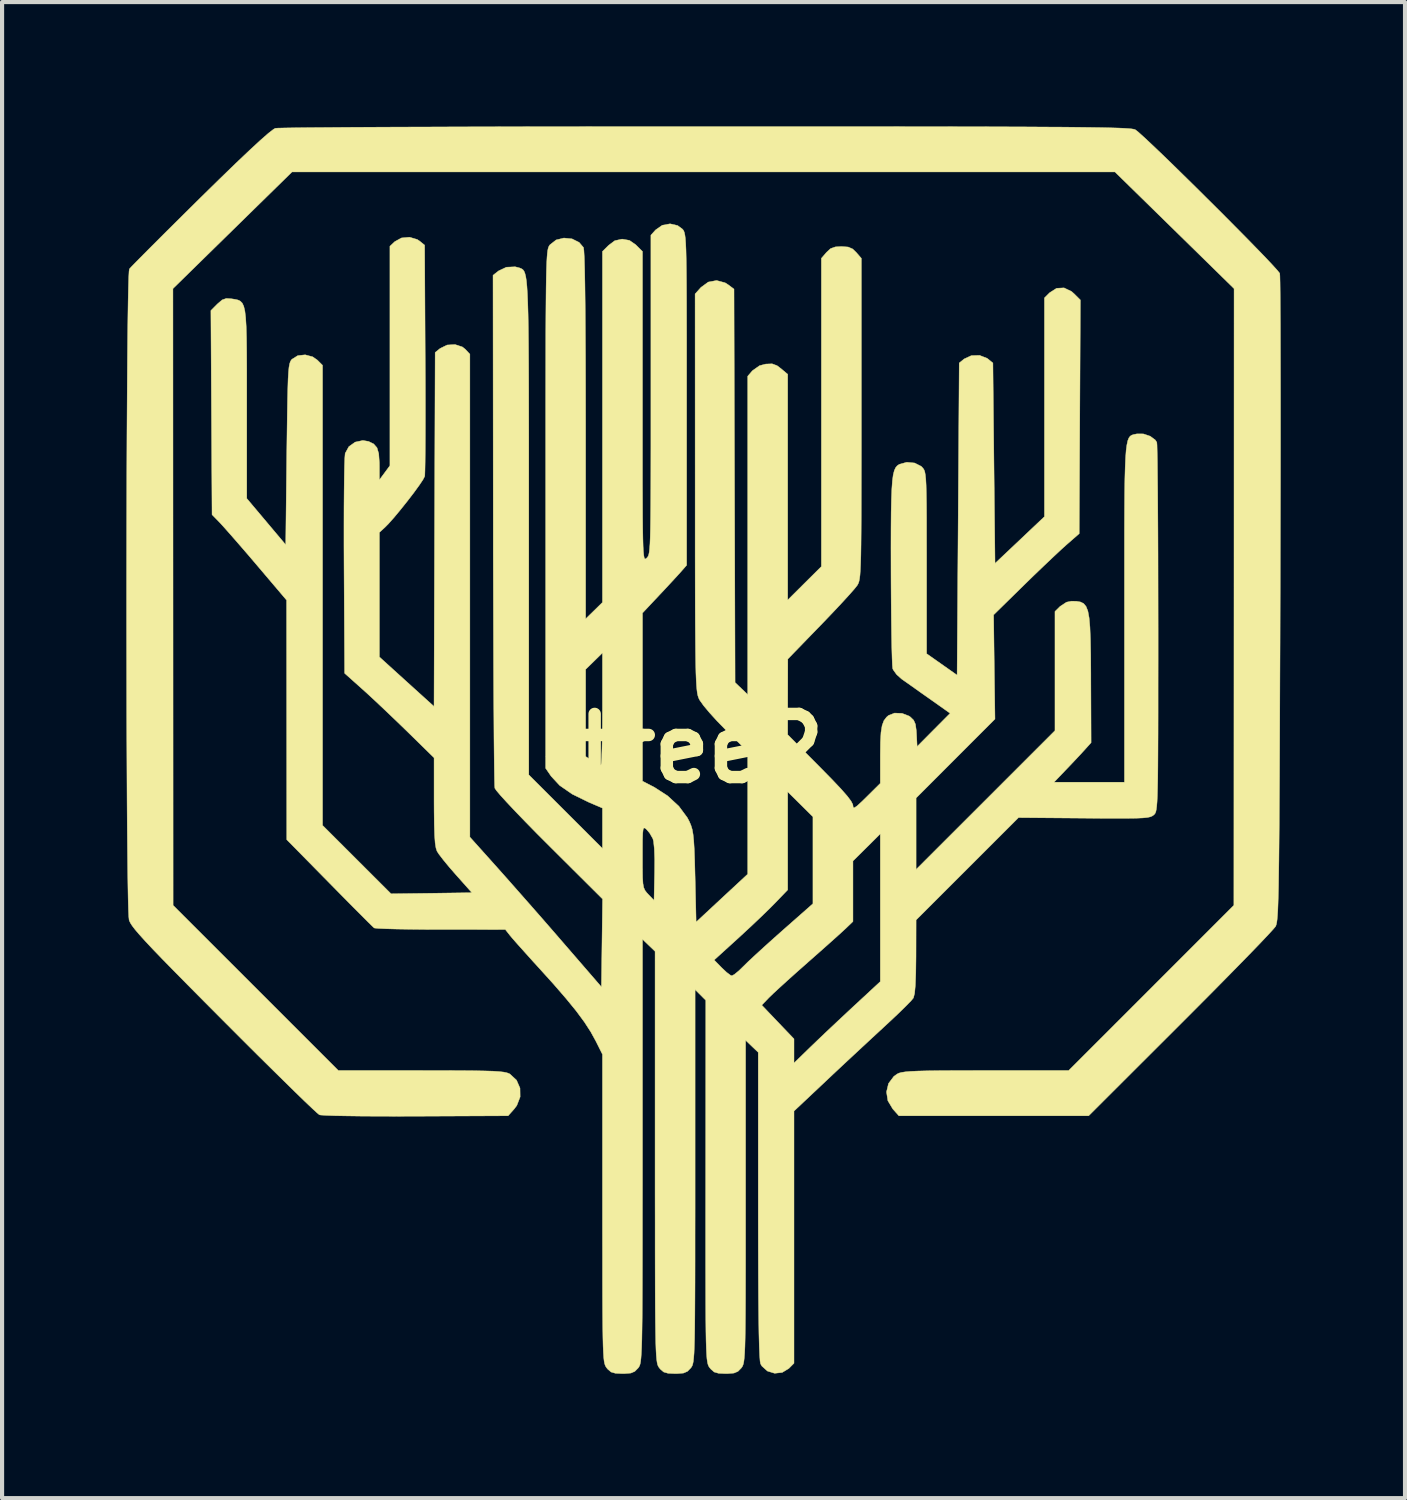
<source format=kicad_pcb>
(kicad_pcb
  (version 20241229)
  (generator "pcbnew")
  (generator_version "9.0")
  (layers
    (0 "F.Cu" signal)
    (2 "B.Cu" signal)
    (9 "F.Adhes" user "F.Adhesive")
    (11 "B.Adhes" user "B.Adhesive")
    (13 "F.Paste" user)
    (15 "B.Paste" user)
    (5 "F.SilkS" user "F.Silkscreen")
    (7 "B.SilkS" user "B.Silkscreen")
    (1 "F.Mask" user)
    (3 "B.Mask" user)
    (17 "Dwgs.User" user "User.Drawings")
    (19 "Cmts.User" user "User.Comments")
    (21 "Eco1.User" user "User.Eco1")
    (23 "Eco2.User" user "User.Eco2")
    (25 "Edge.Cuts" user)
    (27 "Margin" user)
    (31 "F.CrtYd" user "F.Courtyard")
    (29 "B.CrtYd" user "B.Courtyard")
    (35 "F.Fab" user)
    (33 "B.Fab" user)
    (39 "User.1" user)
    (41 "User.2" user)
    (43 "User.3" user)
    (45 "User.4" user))
  (footprint "tree2"
    (layer "F.Cu")
    (at 13.879 15.016)
    (property "Reference" "tree2" (at 0 0 0) (layer "F.SilkS") (effects (font (size 1.524 1.524) (thickness 0.3))))
    (attr through_hole)
    (fp_poly (pts (xy 1.314 -15.011) (xy 2.428 -15.011) (xy 3.449 -15.011) (xy 4.381 -15.01) (xy 5.227 -15.009) (xy 5.992 -15.008) (xy 6.679 -15.007) (xy 7.294 -15.005) (xy 7.839 -15.003) (xy 8.319 -15) (xy 8.738 -14.998) (xy 9.1 -14.994) (xy 9.41 -14.99) (xy 9.67 -14.986) (xy 9.886 -14.981) (xy 10.06 -14.976) (xy 10.198 -14.97) (xy 10.304 -14.963) (xy 10.381 -14.956) (xy 10.433 -14.948) (xy 10.465 -14.939) (xy 10.473 -14.935) (xy 10.544 -14.88) (xy 10.675 -14.762) (xy 10.858 -14.591) (xy 11.084 -14.376) (xy 11.345 -14.124) (xy 11.63 -13.845) (xy 11.933 -13.547) (xy 12.243 -13.239) (xy 12.553 -12.931) (xy 12.852 -12.63) (xy 13.134 -12.345) (xy 13.388 -12.085) (xy 13.606 -11.86) (xy 13.779 -11.676) (xy 13.899 -11.544) (xy 13.956 -11.473) (xy 13.959 -11.466) (xy 13.963 -11.403) (xy 13.967 -11.244) (xy 13.97 -10.995) (xy 13.972 -10.661) (xy 13.975 -10.248) (xy 13.976 -9.762) (xy 13.977 -9.207) (xy 13.978 -8.59) (xy 13.978 -7.917) (xy 13.978 -7.193) (xy 13.977 -6.423) (xy 13.975 -5.613) (xy 13.973 -4.769) (xy 13.971 -3.896) (xy 13.97 -3.607) (xy 13.967 -2.565) (xy 13.963 -1.621) (xy 13.96 -0.768) (xy 13.957 -0.002) (xy 13.954 0.681) (xy 13.95 1.286) (xy 13.947 1.819) (xy 13.943 2.283) (xy 13.939 2.685) (xy 13.934 3.028) (xy 13.93 3.317) (xy 13.924 3.558) (xy 13.918 3.754) (xy 13.912 3.912) (xy 13.904 4.034) (xy 13.896 4.128) (xy 13.887 4.196) (xy 13.877 4.244) (xy 13.866 4.277) (xy 13.859 4.293) (xy 13.808 4.355) (xy 13.692 4.482) (xy 13.517 4.668) (xy 13.289 4.905) (xy 13.014 5.187) (xy 12.7 5.507) (xy 12.353 5.859) (xy 11.979 6.235) (xy 11.585 6.63) (xy 11.56 6.655) (xy 9.347 8.865) (xy 4.767 8.865) (xy 4.619 8.699) (xy 4.501 8.502) (xy 4.468 8.289) (xy 4.517 8.085) (xy 4.644 7.915) (xy 4.724 7.857) (xy 4.769 7.835) (xy 4.832 7.818) (xy 4.923 7.804) (xy 5.05 7.793) (xy 5.225 7.785) (xy 5.456 7.779) (xy 5.755 7.775) (xy 6.13 7.773) (xy 6.592 7.772) (xy 6.866 7.772) (xy 8.865 7.772) (xy 12.852 3.784) (xy 12.855 -3.658) (xy 12.857 -11.1) (xy 11.42 -12.508) (xy 9.982 -13.916) (xy -9.881 -13.916) (xy -12.755 -11.1) (xy -12.751 3.785) (xy -8.763 7.772) (xy -6.764 7.772) (xy -6.254 7.773) (xy -5.835 7.774) (xy -5.499 7.777) (xy -5.234 7.782) (xy -5.032 7.788) (xy -4.881 7.798) (xy -4.773 7.81) (xy -4.697 7.826) (xy -4.644 7.845) (xy -4.622 7.857) (xy -4.462 8.005) (xy -4.378 8.197) (xy -4.375 8.409) (xy -4.455 8.616) (xy -4.517 8.699) (xy -4.665 8.865) (xy -6.892 8.875) (xy -7.361 8.876) (xy -7.801 8.875) (xy -8.201 8.873) (xy -8.551 8.868) (xy -8.838 8.863) (xy -9.053 8.855) (xy -9.185 8.847) (xy -9.22 8.841) (xy -9.273 8.798) (xy -9.391 8.689) (xy -9.568 8.521) (xy -9.797 8.299) (xy -10.071 8.03) (xy -10.385 7.721) (xy -10.732 7.378) (xy -11.105 7.006) (xy -11.497 6.613) (xy -11.54 6.57) (xy -12.004 6.104) (xy -12.401 5.703) (xy -12.736 5.363) (xy -13.015 5.078) (xy -13.242 4.842) (xy -13.422 4.65) (xy -13.561 4.496) (xy -13.664 4.376) (xy -13.736 4.282) (xy -13.782 4.211) (xy -13.808 4.155) (xy -13.813 4.14) (xy -13.821 4.059) (xy -13.829 3.885) (xy -13.836 3.623) (xy -13.842 3.282) (xy -13.848 2.867) (xy -13.853 2.386) (xy -13.858 1.846) (xy -13.862 1.252) (xy -13.865 0.611) (xy -13.868 -0.068) (xy -13.871 -0.781) (xy -13.872 -1.519) (xy -13.873 -2.277) (xy -13.874 -3.047) (xy -13.874 -3.824) (xy -13.873 -4.599) (xy -13.872 -5.366) (xy -13.87 -6.119) (xy -13.868 -6.851) (xy -13.865 -7.555) (xy -13.861 -8.225) (xy -13.857 -8.852) (xy -13.853 -9.432) (xy -13.848 -9.957) (xy -13.842 -10.42) (xy -13.836 -10.815) (xy -13.829 -11.134) (xy -13.822 -11.372) (xy -13.814 -11.521) (xy -13.806 -11.574) (xy -13.758 -11.627) (xy -13.644 -11.744) (xy -13.473 -11.917) (xy -13.253 -12.138) (xy -12.99 -12.401) (xy -12.692 -12.697) (xy -12.368 -13.018) (xy -12.087 -13.296) (xy -11.627 -13.747) (xy -11.233 -14.129) (xy -10.905 -14.44) (xy -10.644 -14.681) (xy -10.451 -14.85) (xy -10.327 -14.946) (xy -10.284 -14.97) (xy -10.219 -14.974) (xy -10.057 -14.978) (xy -9.804 -14.982) (xy -9.463 -14.986) (xy -9.041 -14.989) (xy -8.541 -14.993) (xy -7.969 -14.996) (xy -7.33 -14.999) (xy -6.628 -15.001) (xy -5.868 -15.004) (xy -5.056 -15.006) (xy -4.196 -15.008) (xy -3.293 -15.009) (xy -2.352 -15.01) (xy -1.377 -15.011) (xy -0.374 -15.011) (xy 0.102 -15.011) (xy 1.314 -15.011)) (stroke (width 0.01) (type solid)) (fill yes) (layer "F.SilkS"))
    (fp_poly (pts (xy -0.573 -12.622) (xy -0.459 -12.538) (xy -0.44 -12.516) (xy -0.424 -12.489) (xy -0.41 -12.45) (xy -0.398 -12.392) (xy -0.387 -12.309) (xy -0.379 -12.193) (xy -0.372 -12.038) (xy -0.367 -11.838) (xy -0.363 -11.584) (xy -0.36 -11.272) (xy -0.358 -10.893) (xy -0.357 -10.44) (xy -0.356 -9.908) (xy -0.356 -9.29) (xy -0.356 -8.577) (xy -0.356 -8.425) (xy -0.356 -4.424) (xy -0.495 -4.265) (xy -0.588 -4.162) (xy -0.73 -4.008) (xy -0.898 -3.827) (xy -1.029 -3.688) (xy -1.422 -3.27) (xy -1.422 -1.241) (xy -1.422 0.787) (xy -1.13 0.939) (xy -0.816 1.142) (xy -0.544 1.393) (xy -0.34 1.669) (xy -0.288 1.768) (xy -0.251 1.857) (xy -0.222 1.952) (xy -0.201 2.069) (xy -0.185 2.223) (xy -0.172 2.431) (xy -0.162 2.707) (xy -0.153 3.069) (xy -0.152 3.098) (xy -0.127 4.189) (xy 0.495 3.61) (xy 1.118 3.032) (xy 1.118 0.074) (xy 0.579 -0.458) (xy 0.379 -0.663) (xy 0.198 -0.862) (xy 0.054 -1.034) (xy -0.038 -1.163) (xy -0.055 -1.194) (xy -0.071 -1.232) (xy -0.085 -1.276) (xy -0.098 -1.335) (xy -0.108 -1.413) (xy -0.117 -1.516) (xy -0.125 -1.652) (xy -0.132 -1.827) (xy -0.137 -2.047) (xy -0.141 -2.317) (xy -0.144 -2.645) (xy -0.147 -3.037) (xy -0.149 -3.499) (xy -0.15 -4.037) (xy -0.151 -4.658) (xy -0.151 -5.368) (xy -0.151 -6.173) (xy -0.151 -6.184) (xy -0.152 -10.971) (xy -0.011 -11.129) (xy 0.165 -11.258) (xy 0.367 -11.296) (xy 0.572 -11.241) (xy 0.648 -11.193) (xy 0.787 -11.089) (xy 0.8 -6.341) (xy 0.813 -1.593) (xy 0.965 -1.448) (xy 1.118 -1.302) (xy 1.118 -8.986) (xy 1.232 -9.119) (xy 1.403 -9.24) (xy 1.552 -9.279) (xy 1.707 -9.285) (xy 1.826 -9.241) (xy 1.92 -9.17) (xy 2.083 -9.033) (xy 2.083 -6.309) (xy 2.083 -3.584) (xy 2.489 -3.988) (xy 2.896 -4.392) (xy 2.896 -11.831) (xy 3.018 -11.973) (xy 3.118 -12.066) (xy 3.233 -12.107) (xy 3.378 -12.116) (xy 3.543 -12.104) (xy 3.653 -12.056) (xy 3.738 -11.973) (xy 3.861 -11.831) (xy 3.861 -7.96) (xy 3.861 -7.241) (xy 3.86 -6.616) (xy 3.859 -6.079) (xy 3.858 -5.623) (xy 3.856 -5.24) (xy 3.853 -4.924) (xy 3.849 -4.668) (xy 3.843 -4.464) (xy 3.836 -4.306) (xy 3.828 -4.187) (xy 3.817 -4.099) (xy 3.805 -4.036) (xy 3.79 -3.991) (xy 3.773 -3.957) (xy 3.761 -3.937) (xy 3.697 -3.856) (xy 3.574 -3.716) (xy 3.403 -3.529) (xy 3.197 -3.309) (xy 2.967 -3.068) (xy 2.874 -2.972) (xy 2.086 -2.159) (xy 2.084 -1.247) (xy 2.083 -0.334) (xy 2.87 0.459) (xy 3.153 0.747) (xy 3.367 0.973) (xy 3.518 1.145) (xy 3.611 1.268) (xy 3.654 1.35) (xy 3.658 1.374) (xy 3.665 1.424) (xy 3.696 1.429) (xy 3.763 1.382) (xy 3.88 1.274) (xy 3.988 1.168) (xy 4.318 0.841) (xy 4.318 0.163) (xy 4.322 -0.155) (xy 4.335 -0.388) (xy 4.362 -0.555) (xy 4.405 -0.672) (xy 4.469 -0.757) (xy 4.517 -0.798) (xy 4.663 -0.855) (xy 4.844 -0.848) (xy 5.013 -0.783) (xy 5.045 -0.76) (xy 5.123 -0.684) (xy 5.166 -0.586) (xy 5.187 -0.434) (xy 5.192 -0.352) (xy 5.207 -0.048) (xy 5.605 -0.449) (xy 6.004 -0.85) (xy 5.509 -1.2) (xy 5.294 -1.351) (xy 5.092 -1.495) (xy 4.926 -1.612) (xy 4.833 -1.677) (xy 4.711 -1.787) (xy 4.629 -1.902) (xy 4.617 -1.931) (xy 4.61 -2.008) (xy 4.603 -2.174) (xy 4.596 -2.421) (xy 4.59 -2.735) (xy 4.585 -3.107) (xy 4.581 -3.524) (xy 4.578 -3.977) (xy 4.577 -4.272) (xy 4.576 -4.841) (xy 4.577 -5.316) (xy 4.58 -5.708) (xy 4.587 -6.024) (xy 4.597 -6.273) (xy 4.611 -6.464) (xy 4.63 -6.606) (xy 4.656 -6.708) (xy 4.687 -6.777) (xy 4.726 -6.824) (xy 4.772 -6.856) (xy 4.777 -6.859) (xy 4.957 -6.909) (xy 5.147 -6.891) (xy 5.305 -6.811) (xy 5.325 -6.791) (xy 5.352 -6.761) (xy 5.374 -6.727) (xy 5.392 -6.678) (xy 5.405 -6.606) (xy 5.416 -6.502) (xy 5.424 -6.355) (xy 5.429 -6.157) (xy 5.433 -5.898) (xy 5.435 -5.568) (xy 5.435 -5.159) (xy 5.436 -4.66) (xy 5.436 -4.481) (xy 5.436 -2.289) (xy 5.804 -2.03) (xy 6.172 -1.771) (xy 6.198 -5.538) (xy 6.223 -9.305) (xy 6.343 -9.403) (xy 6.516 -9.483) (xy 6.714 -9.489) (xy 6.894 -9.419) (xy 6.916 -9.403) (xy 7.036 -9.305) (xy 7.061 -6.887) (xy 7.087 -4.468) (xy 7.684 -5.032) (xy 8.28 -5.596) (xy 8.28 -10.876) (xy 8.405 -11.001) (xy 8.573 -11.108) (xy 8.753 -11.118) (xy 8.934 -11.031) (xy 8.997 -10.975) (xy 9.147 -10.826) (xy 9.119 -5.186) (xy 8.814 -4.92) (xy 8.68 -4.799) (xy 8.491 -4.622) (xy 8.265 -4.408) (xy 8.02 -4.173) (xy 7.781 -3.94) (xy 7.053 -3.226) (xy 7.069 -1.969) (xy 7.086 -0.711) (xy 6.134 0.242) (xy 5.182 1.195) (xy 5.182 2.92) (xy 6.858 1.245) (xy 8.534 -0.431) (xy 8.534 -3.307) (xy 8.659 -3.431) (xy 8.813 -3.532) (xy 8.934 -3.556) (xy 9.053 -3.553) (xy 9.149 -3.537) (xy 9.226 -3.499) (xy 9.284 -3.429) (xy 9.328 -3.318) (xy 9.358 -3.155) (xy 9.378 -2.932) (xy 9.39 -2.638) (xy 9.397 -2.264) (xy 9.4 -1.8) (xy 9.4 -1.677) (xy 9.406 -0.141) (xy 9.263 0.018) (xy 9.16 0.131) (xy 9.013 0.288) (xy 8.852 0.458) (xy 8.816 0.495) (xy 8.512 0.813) (xy 10.211 0.813) (xy 10.211 -3.265) (xy 10.211 -4.022) (xy 10.211 -4.684) (xy 10.211 -5.257) (xy 10.213 -5.748) (xy 10.216 -6.163) (xy 10.221 -6.509) (xy 10.229 -6.792) (xy 10.239 -7.019) (xy 10.252 -7.197) (xy 10.27 -7.33) (xy 10.291 -7.428) (xy 10.317 -7.494) (xy 10.348 -7.537) (xy 10.385 -7.562) (xy 10.428 -7.577) (xy 10.477 -7.587) (xy 10.512 -7.594) (xy 10.67 -7.593) (xy 10.832 -7.538) (xy 10.955 -7.447) (xy 10.992 -7.389) (xy 10.997 -7.327) (xy 11.001 -7.171) (xy 11.006 -6.928) (xy 11.009 -6.606) (xy 11.013 -6.212) (xy 11.016 -5.754) (xy 11.019 -5.24) (xy 11.021 -4.676) (xy 11.022 -4.071) (xy 11.023 -3.431) (xy 11.024 -2.899) (xy 11.024 -2.129) (xy 11.023 -1.455) (xy 11.023 -0.868) (xy 11.022 -0.365) (xy 11.02 0.063) (xy 11.018 0.422) (xy 11.015 0.717) (xy 11.01 0.956) (xy 11.005 1.145) (xy 10.998 1.29) (xy 10.989 1.398) (xy 10.979 1.474) (xy 10.968 1.527) (xy 10.954 1.561) (xy 10.938 1.584) (xy 10.921 1.601) (xy 10.886 1.627) (xy 10.839 1.648) (xy 10.767 1.664) (xy 10.661 1.675) (xy 10.508 1.682) (xy 10.298 1.685) (xy 10.02 1.686) (xy 9.662 1.685) (xy 9.236 1.681) (xy 7.654 1.668) (xy 6.418 2.904) (xy 5.182 4.139) (xy 5.18 5.029) (xy 5.175 5.42) (xy 5.164 5.713) (xy 5.146 5.91) (xy 5.119 6.016) (xy 5.116 6.022) (xy 5.06 6.09) (xy 4.941 6.212) (xy 4.775 6.375) (xy 4.573 6.566) (xy 4.394 6.732) (xy 4.13 6.976) (xy 3.821 7.263) (xy 3.495 7.566) (xy 3.181 7.86) (xy 2.985 8.045) (xy 2.235 8.751) (xy 2.235 14.838) (xy 2.111 14.963) (xy 1.951 15.06) (xy 1.768 15.08) (xy 1.593 15.026) (xy 1.459 14.905) (xy 1.428 14.851) (xy 1.416 14.786) (xy 1.406 14.646) (xy 1.397 14.427) (xy 1.389 14.127) (xy 1.383 13.741) (xy 1.378 13.268) (xy 1.375 12.703) (xy 1.373 12.044) (xy 1.372 11.288) (xy 1.372 11.031) (xy 1.372 7.334) (xy 1.219 7.188) (xy 1.067 7.042) (xy 1.067 10.931) (xy 1.067 11.651) (xy 1.067 12.277) (xy 1.066 12.815) (xy 1.065 13.272) (xy 1.063 13.655) (xy 1.06 13.972) (xy 1.056 14.228) (xy 1.051 14.432) (xy 1.044 14.589) (xy 1.035 14.707) (xy 1.025 14.793) (xy 1.013 14.854) (xy 0.998 14.896) (xy 0.982 14.927) (xy 0.962 14.953) (xy 0.962 14.954) (xy 0.883 15.034) (xy 0.787 15.075) (xy 0.638 15.087) (xy 0.584 15.088) (xy 0.414 15.08) (xy 0.308 15.049) (xy 0.229 14.98) (xy 0.206 14.952) (xy 0.187 14.928) (xy 0.171 14.899) (xy 0.157 14.86) (xy 0.145 14.805) (xy 0.134 14.727) (xy 0.126 14.619) (xy 0.119 14.475) (xy 0.113 14.288) (xy 0.109 14.051) (xy 0.106 13.759) (xy 0.104 13.405) (xy 0.103 12.982) (xy 0.102 12.484) (xy 0.102 11.903) (xy 0.102 11.235) (xy 0.103 10.471) (xy 0.103 10.447) (xy 0.106 6.194) (xy 1.457 6.194) (xy 1.846 6.602) (xy 2.235 7.009) (xy 2.235 7.592) (xy 2.629 7.209) (xy 2.807 7.038) (xy 3.035 6.821) (xy 3.291 6.58) (xy 3.549 6.339) (xy 3.67 6.226) (xy 4.318 5.626) (xy 4.318 2.06) (xy 3.988 2.388) (xy 3.658 2.715) (xy 3.658 4.176) (xy 3.492 4.336) (xy 3.402 4.419) (xy 3.251 4.556) (xy 3.053 4.733) (xy 2.824 4.936) (xy 2.579 5.152) (xy 2.565 5.165) (xy 2.318 5.383) (xy 2.086 5.591) (xy 1.885 5.774) (xy 1.728 5.919) (xy 1.633 6.011) (xy 1.63 6.014) (xy 1.457 6.194) (xy 0.106 6.194) (xy 0.106 6.077) (xy -0.152 5.819) (xy -0.152 10.319) (xy -0.152 11.098) (xy -0.153 11.781) (xy -0.153 12.376) (xy -0.154 12.888) (xy -0.156 13.324) (xy -0.158 13.691) (xy -0.161 13.995) (xy -0.165 14.242) (xy -0.171 14.439) (xy -0.177 14.592) (xy -0.186 14.707) (xy -0.195 14.792) (xy -0.207 14.852) (xy -0.22 14.894) (xy -0.236 14.924) (xy -0.254 14.949) (xy -0.258 14.954) (xy -0.337 15.034) (xy -0.432 15.075) (xy -0.581 15.087) (xy -0.635 15.088) (xy -0.805 15.08) (xy -0.911 15.049) (xy -0.991 14.98) (xy -1.012 14.954) (xy -1.03 14.93) (xy -1.045 14.903) (xy -1.059 14.867) (xy -1.07 14.814) (xy -1.08 14.739) (xy -1.089 14.636) (xy -1.096 14.499) (xy -1.102 14.321) (xy -1.106 14.097) (xy -1.11 13.821) (xy -1.113 13.485) (xy -1.115 13.086) (xy -1.116 12.615) (xy -1.117 12.068) (xy -1.117 11.437) (xy -1.118 10.717) (xy -1.118 9.903) (xy -1.118 5.105) (xy 0.308 5.105) (xy 0.495 5.296) (xy 0.61 5.404) (xy 0.703 5.473) (xy 0.736 5.486) (xy 0.798 5.452) (xy 0.905 5.364) (xy 1.018 5.254) (xy 1.13 5.144) (xy 1.302 4.984) (xy 1.515 4.789) (xy 1.754 4.574) (xy 1.968 4.384) (xy 2.692 3.746) (xy 2.692 1.648) (xy 2.388 1.346) (xy 2.083 1.045) (xy 2.083 3.412) (xy 1.782 3.725) (xy 1.632 3.876) (xy 1.431 4.071) (xy 1.2 4.29) (xy 0.963 4.509) (xy 0.895 4.572) (xy 0.308 5.105) (xy -1.118 5.105) (xy -1.118 4.896) (xy -1.27 4.75) (xy -1.422 4.604) (xy -1.422 9.712) (xy -1.422 10.544) (xy -1.423 11.281) (xy -1.423 11.929) (xy -1.424 12.492) (xy -1.425 12.979) (xy -1.427 13.393) (xy -1.429 13.742) (xy -1.433 14.032) (xy -1.437 14.268) (xy -1.443 14.456) (xy -1.45 14.603) (xy -1.458 14.714) (xy -1.467 14.796) (xy -1.478 14.854) (xy -1.491 14.894) (xy -1.506 14.923) (xy -1.522 14.947) (xy -1.528 14.954) (xy -1.607 15.034) (xy -1.702 15.075) (xy -1.851 15.087) (xy -1.905 15.088) (xy -2.075 15.08) (xy -2.181 15.049) (xy -2.261 14.98) (xy -2.282 14.954) (xy -2.302 14.927) (xy -2.319 14.896) (xy -2.334 14.853) (xy -2.347 14.791) (xy -2.357 14.704) (xy -2.365 14.584) (xy -2.372 14.425) (xy -2.377 14.218) (xy -2.381 13.957) (xy -2.384 13.635) (xy -2.386 13.244) (xy -2.387 12.778) (xy -2.387 12.23) (xy -2.388 11.592) (xy -2.388 11.101) (xy -2.388 7.382) (xy -2.547 7.064) (xy -2.671 6.838) (xy -2.826 6.599) (xy -3.022 6.334) (xy -3.267 6.034) (xy -3.57 5.684) (xy -3.87 5.352) (xy -4.081 5.12) (xy -4.275 4.904) (xy -4.44 4.72) (xy -4.561 4.582) (xy -4.623 4.508) (xy -4.732 4.369) (xy -6.29 4.368) (xy -6.679 4.367) (xy -7.036 4.363) (xy -7.348 4.358) (xy -7.602 4.351) (xy -7.786 4.343) (xy -7.886 4.334) (xy -7.899 4.33) (xy -7.947 4.285) (xy -8.056 4.178) (xy -8.217 4.016) (xy -8.422 3.811) (xy -8.659 3.571) (xy -8.92 3.306) (xy -8.979 3.246) (xy -10.008 2.2) (xy -10.012 -3.581) (xy -10.724 -4.42) (xy -10.946 -4.681) (xy -11.159 -4.927) (xy -11.349 -5.145) (xy -11.502 -5.318) (xy -11.606 -5.433) (xy -11.623 -5.451) (xy -11.811 -5.644) (xy -11.825 -8.108) (xy -11.839 -10.571) (xy -11.683 -10.728) (xy -11.568 -10.827) (xy -11.467 -10.863) (xy -11.339 -10.854) (xy -11.255 -10.841) (xy -11.185 -10.825) (xy -11.128 -10.797) (xy -11.082 -10.75) (xy -11.046 -10.674) (xy -11.019 -10.561) (xy -11 -10.402) (xy -10.987 -10.189) (xy -10.979 -9.913) (xy -10.975 -9.565) (xy -10.973 -9.137) (xy -10.973 -8.621) (xy -10.973 -8.321) (xy -10.973 -6.035) (xy -10.033 -4.918) (xy -10.008 -7.102) (xy -10.001 -7.632) (xy -9.995 -8.069) (xy -9.989 -8.424) (xy -9.982 -8.705) (xy -9.975 -8.922) (xy -9.965 -9.084) (xy -9.954 -9.201) (xy -9.939 -9.282) (xy -9.922 -9.336) (xy -9.901 -9.373) (xy -9.885 -9.393) (xy -9.743 -9.482) (xy -9.563 -9.502) (xy -9.382 -9.454) (xy -9.269 -9.375) (xy -9.144 -9.25) (xy -9.144 -3.697) (xy -9.144 1.855) (xy -8.317 2.681) (xy -7.49 3.507) (xy -6.514 3.494) (xy -5.539 3.48) (xy -5.924 3.048) (xy -6.087 2.861) (xy -6.23 2.687) (xy -6.335 2.55) (xy -6.381 2.479) (xy -6.406 2.403) (xy -6.426 2.28) (xy -6.439 2.098) (xy -6.447 1.846) (xy -6.451 1.51) (xy -6.452 1.283) (xy -6.452 0.224) (xy -7.099 -0.41) (xy -7.349 -0.652) (xy -7.613 -0.904) (xy -7.865 -1.142) (xy -8.083 -1.344) (xy -8.179 -1.43) (xy -8.611 -1.816) (xy -8.625 -4.387) (xy -8.627 -4.894) (xy -8.627 -5.374) (xy -8.626 -5.817) (xy -8.623 -6.213) (xy -8.619 -6.551) (xy -8.614 -6.821) (xy -8.607 -7.012) (xy -8.599 -7.114) (xy -8.598 -7.123) (xy -8.509 -7.286) (xy -8.357 -7.395) (xy -8.171 -7.435) (xy -8.034 -7.412) (xy -7.909 -7.351) (xy -7.83 -7.26) (xy -7.788 -7.117) (xy -7.773 -6.9) (xy -7.772 -6.826) (xy -7.772 -6.483) (xy -7.645 -6.655) (xy -7.518 -6.827) (xy -7.518 -9.475) (xy -7.518 -12.123) (xy -7.401 -12.234) (xy -7.239 -12.323) (xy -7.044 -12.341) (xy -6.859 -12.286) (xy -6.8 -12.247) (xy -6.68 -12.15) (xy -6.666 -9.415) (xy -6.663 -8.894) (xy -6.662 -8.402) (xy -6.662 -7.948) (xy -6.663 -7.541) (xy -6.665 -7.192) (xy -6.668 -6.911) (xy -6.672 -6.707) (xy -6.676 -6.59) (xy -6.679 -6.568) (xy -6.721 -6.487) (xy -6.815 -6.347) (xy -6.946 -6.167) (xy -7.1 -5.967) (xy -7.262 -5.764) (xy -7.418 -5.576) (xy -7.553 -5.424) (xy -7.638 -5.338) (xy -7.772 -5.215) (xy -7.772 -2.21) (xy -7.113 -1.612) (xy -6.453 -1.015) (xy -6.44 -5.287) (xy -6.426 -9.559) (xy -6.306 -9.656) (xy -6.137 -9.739) (xy -5.945 -9.75) (xy -5.77 -9.693) (xy -5.698 -9.636) (xy -5.588 -9.518) (xy -5.588 2.137) (xy -4.94 2.86) (xy -4.723 3.104) (xy -4.457 3.405) (xy -4.161 3.741) (xy -3.852 4.093) (xy -3.55 4.44) (xy -3.353 4.668) (xy -2.413 5.754) (xy -2.399 4.693) (xy -2.385 3.632) (xy -3.404 2.618) (xy -1.422 2.618) (xy -1.422 2.91) (xy -1.419 3.117) (xy -1.41 3.26) (xy -1.392 3.356) (xy -1.363 3.422) (xy -1.321 3.478) (xy -1.283 3.519) (xy -1.143 3.665) (xy -1.129 2.99) (xy -1.127 2.674) (xy -1.136 2.421) (xy -1.154 2.245) (xy -1.171 2.177) (xy -1.249 2.041) (xy -1.325 1.952) (xy -1.363 1.921) (xy -1.389 1.919) (xy -1.406 1.956) (xy -1.416 2.048) (xy -1.421 2.208) (xy -1.422 2.448) (xy -1.422 2.618) (xy -3.404 2.618) (xy -3.668 2.355) (xy -3.967 2.056) (xy -4.243 1.774) (xy -4.488 1.52) (xy -4.693 1.302) (xy -4.85 1.13) (xy -4.95 1.011) (xy -4.985 0.958) (xy -4.99 0.893) (xy -4.994 0.733) (xy -4.998 0.483) (xy -5.002 0.151) (xy -5.006 -0.257) (xy -5.009 -0.735) (xy -5.013 -1.277) (xy -5.016 -1.875) (xy -5.018 -2.525) (xy -5.02 -3.218) (xy -5.022 -3.95) (xy -5.024 -4.714) (xy -5.024 -5.292) (xy -5.029 -11.423) (xy -4.895 -11.528) (xy -4.707 -11.617) (xy -4.495 -11.627) (xy -4.396 -11.602) (xy -4.362 -11.589) (xy -4.331 -11.574) (xy -4.304 -11.553) (xy -4.28 -11.519) (xy -4.259 -11.468) (xy -4.24 -11.393) (xy -4.224 -11.29) (xy -4.211 -11.154) (xy -4.2 -10.978) (xy -4.191 -10.757) (xy -4.183 -10.486) (xy -4.177 -10.16) (xy -4.173 -9.773) (xy -4.17 -9.32) (xy -4.168 -8.796) (xy -4.167 -8.195) (xy -4.166 -7.511) (xy -4.166 -6.739) (xy -4.166 -5.875) (xy -4.166 -5.323) (xy -4.166 0.636) (xy -3.277 1.524) (xy -2.388 2.412) (xy -2.388 1.438) (xy -2.718 1.297) (xy -3.118 1.101) (xy -3.42 0.892) (xy -3.626 0.67) (xy -3.759 0.477) (xy -3.759 -1.91) (xy -2.794 -1.91) (xy -2.794 0.193) (xy -2.629 0.299) (xy -2.513 0.367) (xy -2.435 0.404) (xy -2.426 0.406) (xy -2.416 0.357) (xy -2.407 0.22) (xy -2.399 0.008) (xy -2.393 -0.266) (xy -2.389 -0.589) (xy -2.388 -0.948) (xy -2.388 -0.95) (xy -2.388 -2.307) (xy -2.591 -2.108) (xy -2.794 -1.91) (xy -3.759 -1.91) (xy -3.759 -5.774) (xy -3.759 -6.701) (xy -3.759 -7.531) (xy -3.759 -8.27) (xy -3.758 -8.924) (xy -3.757 -9.498) (xy -3.756 -9.997) (xy -3.754 -10.427) (xy -3.751 -10.793) (xy -3.748 -11.101) (xy -3.744 -11.356) (xy -3.739 -11.563) (xy -3.733 -11.728) (xy -3.726 -11.856) (xy -3.718 -11.953) (xy -3.709 -12.024) (xy -3.698 -12.074) (xy -3.686 -12.109) (xy -3.672 -12.135) (xy -3.657 -12.156) (xy -3.655 -12.158) (xy -3.506 -12.275) (xy -3.318 -12.321) (xy -3.122 -12.301) (xy -2.951 -12.216) (xy -2.846 -12.093) (xy -2.836 -12.021) (xy -2.826 -11.848) (xy -2.818 -11.574) (xy -2.811 -11.2) (xy -2.805 -10.724) (xy -2.801 -10.149) (xy -2.797 -9.473) (xy -2.795 -8.698) (xy -2.794 -7.824) (xy -2.794 -7.562) (xy -2.794 -3.129) (xy -2.591 -3.327) (xy -2.388 -3.526) (xy -2.388 -11.997) (xy -2.239 -12.145) (xy -2.09 -12.257) (xy -1.925 -12.293) (xy -1.905 -12.294) (xy -1.736 -12.264) (xy -1.587 -12.161) (xy -1.571 -12.145) (xy -1.422 -11.997) (xy -1.422 -8.251) (xy -1.422 -7.545) (xy -1.422 -6.934) (xy -1.422 -6.412) (xy -1.42 -5.971) (xy -1.419 -5.605) (xy -1.416 -5.307) (xy -1.412 -5.071) (xy -1.407 -4.889) (xy -1.4 -4.757) (xy -1.391 -4.665) (xy -1.381 -4.609) (xy -1.369 -4.581) (xy -1.354 -4.575) (xy -1.337 -4.583) (xy -1.321 -4.597) (xy -1.302 -4.617) (xy -1.285 -4.642) (xy -1.271 -4.68) (xy -1.259 -4.739) (xy -1.25 -4.824) (xy -1.241 -4.944) (xy -1.235 -5.104) (xy -1.23 -5.311) (xy -1.226 -5.574) (xy -1.223 -5.897) (xy -1.221 -6.289) (xy -1.22 -6.756) (xy -1.219 -7.306) (xy -1.219 -7.944) (xy -1.219 -8.539) (xy -1.219 -12.39) (xy -1.105 -12.517) (xy -0.945 -12.629) (xy -0.756 -12.664) (xy -0.573 -12.622)) (stroke (width 0.01) (type solid)) (fill yes) (layer "F.SilkS")))
  (gr_rect
    (start -3 -3)
    (end 30.862 33.109)
    (stroke (width 0.1) (type default))
    (fill no)
    (layer "Edge.Cuts")))
</source>
